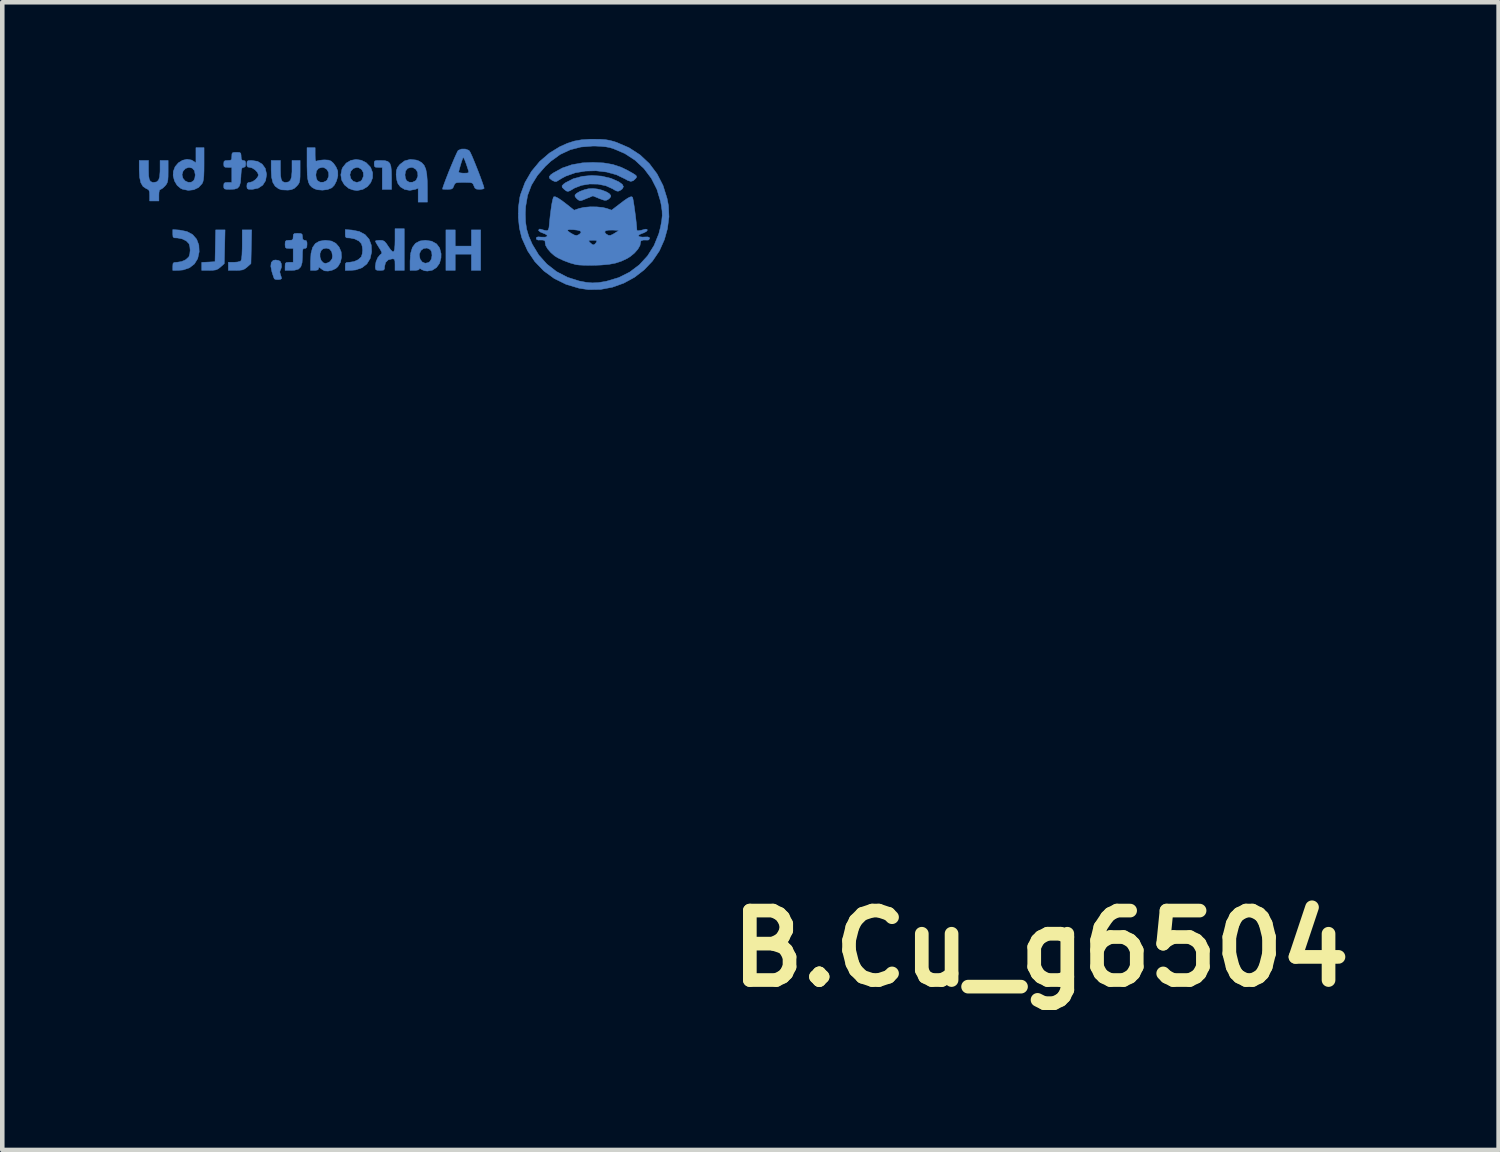
<source format=kicad_pcb>
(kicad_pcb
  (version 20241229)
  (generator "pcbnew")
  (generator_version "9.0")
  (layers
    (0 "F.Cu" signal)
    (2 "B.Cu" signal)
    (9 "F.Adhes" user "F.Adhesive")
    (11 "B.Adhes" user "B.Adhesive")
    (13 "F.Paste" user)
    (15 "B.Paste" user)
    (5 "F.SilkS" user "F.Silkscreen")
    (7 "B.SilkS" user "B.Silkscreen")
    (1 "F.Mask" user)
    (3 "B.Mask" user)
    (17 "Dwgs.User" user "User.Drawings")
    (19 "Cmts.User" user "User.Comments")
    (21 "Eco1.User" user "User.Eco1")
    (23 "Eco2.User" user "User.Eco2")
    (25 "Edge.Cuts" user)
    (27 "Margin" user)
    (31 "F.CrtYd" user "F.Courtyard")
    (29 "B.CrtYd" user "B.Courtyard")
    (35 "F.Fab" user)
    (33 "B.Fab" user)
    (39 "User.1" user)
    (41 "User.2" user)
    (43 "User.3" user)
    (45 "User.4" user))
  (footprint "B.Cu_g6504"
    (layer "F.Cu")
    (at 19.792 17.768)
    (property "Reference" "B.Cu_g6504" (at 0 0 0) (layer "F.SilkS") (effects (font (size 1.524 1.524) (thickness 0.3))))
    (attr through_hole)
    (fp_poly (pts (xy -12.852 -15.418) (xy -12.497 -15.418) (xy -12.497 -15.773) (xy -12.294 -15.773) (xy -12.294 -14.884) (xy -12.497 -14.884) (xy -12.497 -15.24) (xy -12.852 -15.24) (xy -12.852 -14.884) (xy -13.056 -14.884) (xy -13.056 -15.773) (xy -12.852 -15.773) (xy -12.852 -15.418)) (stroke (width 0.01) (type solid)) (fill yes) (layer "B.Cu"))
    (fp_poly (pts (xy -17.911 -15.403) (xy -17.92 -15.033) (xy -18.003 -14.958) (xy -18.055 -14.917) (xy -18.107 -14.895) (xy -18.176 -14.886) (xy -18.25 -14.884) (xy -18.415 -14.884) (xy -18.415 -15.06) (xy -18.269 -15.067) (xy -18.123 -15.075) (xy -18.116 -15.424) (xy -18.109 -15.773) (xy -17.903 -15.773) (xy -17.911 -15.403)) (stroke (width 0.01) (type solid)) (fill yes) (layer "B.Cu"))
    (fp_poly (pts (xy -14.396 -17.293) (xy -14.33 -17.274) (xy -14.287 -17.234) (xy -14.263 -17.165) (xy -14.252 -17.06) (xy -14.249 -16.929) (xy -14.249 -16.662) (xy -14.453 -16.662) (xy -14.453 -17.145) (xy -14.541 -17.145) (xy -14.601 -17.149) (xy -14.626 -17.171) (xy -14.63 -17.221) (xy -14.628 -17.265) (xy -14.613 -17.287) (xy -14.572 -17.296) (xy -14.493 -17.297) (xy -14.491 -17.297) (xy -14.396 -17.293)) (stroke (width 0.01) (type solid)) (fill yes) (layer "B.Cu"))
    (fp_poly (pts (xy -17.327 -15.403) (xy -17.335 -15.033) (xy -17.418 -14.958) (xy -17.471 -14.917) (xy -17.522 -14.895) (xy -17.592 -14.886) (xy -17.666 -14.884) (xy -17.831 -14.884) (xy -17.831 -15.062) (xy -17.709 -15.062) (xy -17.63 -15.068) (xy -17.572 -15.083) (xy -17.556 -15.093) (xy -17.541 -15.134) (xy -17.532 -15.223) (xy -17.527 -15.361) (xy -17.526 -15.448) (xy -17.526 -15.773) (xy -17.319 -15.773) (xy -17.327 -15.403)) (stroke (width 0.01) (type solid)) (fill yes) (layer "B.Cu"))
    (fp_poly (pts (xy -16.731 -15.103) (xy -16.693 -15.083) (xy -16.668 -15.03) (xy -16.664 -14.961) (xy -16.682 -14.903) (xy -16.689 -14.894) (xy -16.702 -14.85) (xy -16.689 -14.798) (xy -16.67 -14.74) (xy -16.662 -14.705) (xy -16.684 -14.689) (xy -16.732 -14.682) (xy -16.786 -14.684) (xy -16.821 -14.697) (xy -16.823 -14.7) (xy -16.836 -14.734) (xy -16.858 -14.799) (xy -16.875 -14.854) (xy -16.899 -14.975) (xy -16.889 -15.058) (xy -16.846 -15.104) (xy -16.795 -15.113) (xy -16.731 -15.103)) (stroke (width 0.01) (type solid)) (fill yes) (layer "B.Cu"))
    (fp_poly (pts (xy -9.731 -16.67) (xy -9.63 -16.645) (xy -9.54 -16.61) (xy -9.472 -16.57) (xy -9.438 -16.528) (xy -9.438 -16.502) (xy -9.467 -16.465) (xy -9.502 -16.438) (xy -9.54 -16.422) (xy -9.585 -16.424) (xy -9.653 -16.447) (xy -9.692 -16.462) (xy -9.83 -16.519) (xy -9.964 -16.464) (xy -10.044 -16.431) (xy -10.092 -16.415) (xy -10.124 -16.416) (xy -10.153 -16.433) (xy -10.18 -16.454) (xy -10.221 -16.502) (xy -10.224 -16.538) (xy -10.188 -16.576) (xy -10.116 -16.617) (xy -10.022 -16.652) (xy -9.928 -16.676) (xy -9.834 -16.681) (xy -9.731 -16.67)) (stroke (width 0.01) (type solid)) (fill yes) (layer "B.Cu"))
    (fp_poly (pts (xy -9.64 -16.953) (xy -9.434 -16.904) (xy -9.262 -16.828) (xy -9.186 -16.773) (xy -9.16 -16.722) (xy -9.185 -16.673) (xy -9.222 -16.645) (xy -9.264 -16.624) (xy -9.3 -16.623) (xy -9.349 -16.645) (xy -9.398 -16.675) (xy -9.547 -16.742) (xy -9.72 -16.777) (xy -9.902 -16.78) (xy -10.079 -16.751) (xy -10.235 -16.691) (xy -10.264 -16.673) (xy -10.334 -16.632) (xy -10.378 -16.617) (xy -10.414 -16.627) (xy -10.458 -16.661) (xy -10.503 -16.705) (xy -10.508 -16.74) (xy -10.472 -16.779) (xy -10.432 -16.808) (xy -10.262 -16.895) (xy -10.066 -16.948) (xy -9.855 -16.968) (xy -9.64 -16.953)) (stroke (width 0.01) (type solid)) (fill yes) (layer "B.Cu"))
    (fp_poly (pts (xy -16.688 -17.087) (xy -16.684 -16.964) (xy -16.671 -16.883) (xy -16.646 -16.837) (xy -16.603 -16.817) (xy -16.57 -16.815) (xy -16.508 -16.826) (xy -16.467 -16.864) (xy -16.444 -16.936) (xy -16.434 -17.049) (xy -16.434 -17.096) (xy -16.434 -17.297) (xy -16.256 -17.297) (xy -16.256 -17.057) (xy -16.257 -16.943) (xy -16.262 -16.867) (xy -16.273 -16.815) (xy -16.294 -16.776) (xy -16.327 -16.736) (xy -16.386 -16.682) (xy -16.453 -16.655) (xy -16.524 -16.646) (xy -16.66 -16.652) (xy -16.73 -16.677) (xy -16.804 -16.732) (xy -16.854 -16.814) (xy -16.882 -16.929) (xy -16.891 -17.086) (xy -16.891 -17.092) (xy -16.891 -17.297) (xy -16.688 -17.297) (xy -16.688 -17.087)) (stroke (width 0.01) (type solid)) (fill yes) (layer "B.Cu"))
    (fp_poly (pts (xy -17.19 -17.277) (xy -17.089 -17.217) (xy -17.021 -17.124) (xy -16.993 -17.001) (xy -16.993 -16.98) (xy -17.014 -16.853) (xy -17.076 -16.755) (xy -17.173 -16.69) (xy -17.3 -16.663) (xy -17.322 -16.662) (xy -17.387 -16.665) (xy -17.417 -16.681) (xy -17.424 -16.721) (xy -17.424 -16.739) (xy -17.418 -16.793) (xy -17.389 -16.813) (xy -17.36 -16.815) (xy -17.297 -16.833) (xy -17.233 -16.878) (xy -17.185 -16.935) (xy -17.17 -16.98) (xy -17.192 -17.035) (xy -17.243 -17.09) (xy -17.308 -17.132) (xy -17.36 -17.145) (xy -17.406 -17.153) (xy -17.423 -17.187) (xy -17.424 -17.221) (xy -17.42 -17.27) (xy -17.399 -17.292) (xy -17.346 -17.297) (xy -17.322 -17.297) (xy -17.19 -17.277)) (stroke (width 0.01) (type solid)) (fill yes) (layer "B.Cu"))
    (fp_poly (pts (xy -9.595 -17.243) (xy -9.392 -17.208) (xy -9.205 -17.145) (xy -9.068 -17.078) (xy -8.968 -17.022) (xy -8.906 -16.984) (xy -8.876 -16.956) (xy -8.872 -16.932) (xy -8.887 -16.907) (xy -8.89 -16.903) (xy -8.945 -16.852) (xy -9 -16.837) (xy -9.069 -16.86) (xy -9.123 -16.891) (xy -9.314 -16.983) (xy -9.531 -17.043) (xy -9.762 -17.07) (xy -9.995 -17.064) (xy -10.219 -17.026) (xy -10.422 -16.954) (xy -10.516 -16.904) (xy -10.578 -16.866) (xy -10.624 -16.838) (xy -10.631 -16.834) (xy -10.668 -16.835) (xy -10.724 -16.86) (xy -10.726 -16.861) (xy -10.779 -16.902) (xy -10.789 -16.941) (xy -10.753 -16.985) (xy -10.7 -17.022) (xy -10.502 -17.131) (xy -10.293 -17.203) (xy -10.061 -17.244) (xy -9.83 -17.254) (xy -9.595 -17.243)) (stroke (width 0.01) (type solid)) (fill yes) (layer "B.Cu"))
    (fp_poly (pts (xy -18.9 -15.769) (xy -18.74 -15.737) (xy -18.615 -15.67) (xy -18.527 -15.569) (xy -18.478 -15.439) (xy -18.471 -15.292) (xy -18.503 -15.144) (xy -18.575 -15.026) (xy -18.683 -14.942) (xy -18.822 -14.894) (xy -18.929 -14.885) (xy -19.05 -14.884) (xy -19.05 -14.973) (xy -19.046 -15.033) (xy -19.024 -15.057) (xy -18.969 -15.062) (xy -18.96 -15.062) (xy -18.858 -15.078) (xy -18.765 -15.119) (xy -18.702 -15.177) (xy -18.695 -15.188) (xy -18.677 -15.246) (xy -18.669 -15.323) (xy -18.669 -15.329) (xy -18.676 -15.405) (xy -18.693 -15.467) (xy -18.695 -15.47) (xy -18.752 -15.53) (xy -18.84 -15.574) (xy -18.942 -15.595) (xy -18.96 -15.596) (xy -19.02 -15.599) (xy -19.045 -15.62) (xy -19.05 -15.674) (xy -19.05 -15.688) (xy -19.05 -15.78) (xy -18.9 -15.769)) (stroke (width 0.01) (type solid)) (fill yes) (layer "B.Cu"))
    (fp_poly (pts (xy -15.115 -15.769) (xy -14.956 -15.737) (xy -14.831 -15.67) (xy -14.742 -15.569) (xy -14.694 -15.439) (xy -14.686 -15.292) (xy -14.719 -15.144) (xy -14.791 -15.026) (xy -14.898 -14.942) (xy -15.038 -14.894) (xy -15.145 -14.885) (xy -15.265 -14.884) (xy -15.265 -14.973) (xy -15.262 -15.033) (xy -15.24 -15.057) (xy -15.184 -15.062) (xy -15.175 -15.062) (xy -15.073 -15.078) (xy -14.981 -15.119) (xy -14.917 -15.177) (xy -14.911 -15.188) (xy -14.893 -15.246) (xy -14.884 -15.323) (xy -14.884 -15.329) (xy -14.892 -15.405) (xy -14.909 -15.467) (xy -14.911 -15.47) (xy -14.967 -15.53) (xy -15.056 -15.574) (xy -15.157 -15.595) (xy -15.175 -15.596) (xy -15.235 -15.599) (xy -15.26 -15.62) (xy -15.265 -15.674) (xy -15.265 -15.688) (xy -15.265 -15.78) (xy -15.115 -15.769)) (stroke (width 0.01) (type solid)) (fill yes) (layer "B.Cu"))
    (fp_poly (pts (xy -19.583 -17.087) (xy -19.58 -16.964) (xy -19.567 -16.883) (xy -19.541 -16.837) (xy -19.499 -16.817) (xy -19.466 -16.815) (xy -19.404 -16.826) (xy -19.363 -16.864) (xy -19.339 -16.936) (xy -19.33 -17.049) (xy -19.329 -17.096) (xy -19.329 -17.297) (xy -19.152 -17.297) (xy -19.152 -17.058) (xy -19.153 -16.944) (xy -19.158 -16.867) (xy -19.17 -16.815) (xy -19.191 -16.774) (xy -19.217 -16.741) (xy -19.268 -16.691) (xy -19.311 -16.664) (xy -19.319 -16.662) (xy -19.342 -16.646) (xy -19.353 -16.592) (xy -19.355 -16.535) (xy -19.355 -16.408) (xy -19.558 -16.408) (xy -19.558 -16.53) (xy -19.561 -16.605) (xy -19.576 -16.646) (xy -19.611 -16.671) (xy -19.635 -16.68) (xy -19.703 -16.726) (xy -19.751 -16.807) (xy -19.778 -16.927) (xy -19.787 -17.091) (xy -19.787 -17.093) (xy -19.787 -17.297) (xy -19.583 -17.297) (xy -19.583 -17.087)) (stroke (width 0.01) (type solid)) (fill yes) (layer "B.Cu"))
    (fp_poly (pts (xy -14.914 -17.302) (xy -14.807 -17.249) (xy -14.718 -17.157) (xy -14.706 -17.139) (xy -14.664 -17.027) (xy -14.666 -16.914) (xy -14.707 -16.809) (xy -14.78 -16.722) (xy -14.88 -16.662) (xy -15.002 -16.637) (xy -15.011 -16.637) (xy -15.097 -16.65) (xy -15.182 -16.681) (xy -15.188 -16.683) (xy -15.284 -16.762) (xy -15.344 -16.866) (xy -15.362 -16.98) (xy -15.164 -16.98) (xy -15.143 -16.899) (xy -15.089 -16.839) (xy -15.014 -16.815) (xy -15.011 -16.815) (xy -14.933 -16.837) (xy -14.899 -16.871) (xy -14.865 -16.953) (xy -14.869 -17.034) (xy -14.907 -17.101) (xy -14.972 -17.14) (xy -15.011 -17.145) (xy -15.086 -17.122) (xy -15.141 -17.063) (xy -15.164 -16.983) (xy -15.164 -16.98) (xy -15.362 -16.98) (xy -15.362 -16.985) (xy -15.337 -17.108) (xy -15.321 -17.143) (xy -15.244 -17.239) (xy -15.143 -17.298) (xy -15.03 -17.319) (xy -14.914 -17.302)) (stroke (width 0.01) (type solid)) (fill yes) (layer "B.Cu"))
    (fp_poly (pts (xy -13.369 -15.525) (xy -13.263 -15.467) (xy -13.194 -15.375) (xy -13.162 -15.251) (xy -13.164 -15.158) (xy -13.196 -15.04) (xy -13.263 -14.947) (xy -13.355 -14.888) (xy -13.464 -14.869) (xy -13.525 -14.877) (xy -13.584 -14.9) (xy -13.608 -14.916) (xy -13.635 -14.927) (xy -13.64 -14.913) (xy -13.663 -14.894) (xy -13.721 -14.885) (xy -13.741 -14.884) (xy -13.843 -14.884) (xy -13.843 -15.089) (xy -13.834 -15.215) (xy -13.64 -15.215) (xy -13.622 -15.128) (xy -13.576 -15.068) (xy -13.512 -15.041) (xy -13.441 -15.055) (xy -13.407 -15.079) (xy -13.374 -15.136) (xy -13.361 -15.213) (xy -13.369 -15.29) (xy -13.399 -15.342) (xy -13.471 -15.375) (xy -13.544 -15.366) (xy -13.604 -15.322) (xy -13.637 -15.249) (xy -13.64 -15.215) (xy -13.834 -15.215) (xy -13.83 -15.26) (xy -13.791 -15.389) (xy -13.724 -15.478) (xy -13.628 -15.529) (xy -13.507 -15.545) (xy -13.369 -15.525)) (stroke (width 0.01) (type solid)) (fill yes) (layer "B.Cu"))
    (fp_poly (pts (xy -18.364 -17.219) (xy -18.365 -17.068) (xy -18.369 -16.958) (xy -18.377 -16.881) (xy -18.389 -16.827) (xy -18.407 -16.788) (xy -18.408 -16.787) (xy -18.484 -16.704) (xy -18.589 -16.654) (xy -18.71 -16.64) (xy -18.833 -16.665) (xy -18.872 -16.681) (xy -18.953 -16.748) (xy -19.012 -16.846) (xy -19.042 -16.96) (xy -19.041 -16.98) (xy -18.847 -16.98) (xy -18.827 -16.904) (xy -18.778 -16.847) (xy -18.713 -16.817) (xy -18.645 -16.819) (xy -18.591 -16.855) (xy -18.567 -16.908) (xy -18.557 -16.98) (xy -18.557 -16.98) (xy -18.574 -17.073) (xy -18.624 -17.129) (xy -18.696 -17.145) (xy -18.769 -17.122) (xy -18.824 -17.064) (xy -18.847 -16.984) (xy -18.847 -16.98) (xy -19.041 -16.98) (xy -19.039 -17.054) (xy -18.999 -17.16) (xy -18.928 -17.244) (xy -18.837 -17.3) (xy -18.738 -17.323) (xy -18.64 -17.306) (xy -18.606 -17.287) (xy -18.542 -17.245) (xy -18.542 -17.577) (xy -18.364 -17.577) (xy -18.364 -17.219)) (stroke (width 0.01) (type solid)) (fill yes) (layer "B.Cu"))
    (fp_poly (pts (xy -13.709 -17.306) (xy -13.657 -17.288) (xy -13.587 -17.248) (xy -13.535 -17.191) (xy -13.498 -17.108) (xy -13.476 -16.995) (xy -13.465 -16.843) (xy -13.463 -16.707) (xy -13.462 -16.383) (xy -13.665 -16.383) (xy -13.665 -16.687) (xy -13.73 -16.662) (xy -13.849 -16.64) (xy -13.961 -16.66) (xy -14.056 -16.718) (xy -14.109 -16.789) (xy -14.132 -16.859) (xy -14.146 -16.952) (xy -14.147 -16.98) (xy -13.955 -16.98) (xy -13.945 -16.909) (xy -13.921 -16.855) (xy -13.921 -16.855) (xy -13.863 -16.82) (xy -13.79 -16.819) (xy -13.724 -16.85) (xy -13.705 -16.871) (xy -13.671 -16.953) (xy -13.676 -17.034) (xy -13.713 -17.1) (xy -13.777 -17.14) (xy -13.816 -17.145) (xy -13.894 -17.125) (xy -13.941 -17.066) (xy -13.955 -16.98) (xy -14.147 -16.98) (xy -14.148 -16.992) (xy -14.142 -17.079) (xy -14.119 -17.142) (xy -14.068 -17.207) (xy -14.064 -17.211) (xy -13.962 -17.288) (xy -13.841 -17.32) (xy -13.709 -17.306)) (stroke (width 0.01) (type solid)) (fill yes) (layer "B.Cu"))
    (fp_poly (pts (xy -15.567 -15.528) (xy -15.471 -15.477) (xy -15.4 -15.395) (xy -15.355 -15.29) (xy -15.347 -15.174) (xy -15.371 -15.061) (xy -15.427 -14.967) (xy -15.474 -14.925) (xy -15.554 -14.888) (xy -15.643 -14.869) (xy -15.716 -14.874) (xy -15.723 -14.876) (xy -15.773 -14.905) (xy -15.805 -14.93) (xy -15.839 -14.955) (xy -15.849 -14.943) (xy -15.85 -14.926) (xy -15.865 -14.896) (xy -15.916 -14.885) (xy -15.938 -14.884) (xy -16.027 -14.884) (xy -16.027 -15.09) (xy -16.017 -15.255) (xy -15.82 -15.255) (xy -15.819 -15.175) (xy -15.794 -15.102) (xy -15.747 -15.051) (xy -15.699 -15.037) (xy -15.648 -15.051) (xy -15.601 -15.076) (xy -15.555 -15.136) (xy -15.545 -15.198) (xy -15.562 -15.294) (xy -15.611 -15.354) (xy -15.684 -15.373) (xy -15.751 -15.358) (xy -15.79 -15.327) (xy -15.82 -15.255) (xy -16.017 -15.255) (xy -16.016 -15.26) (xy -15.982 -15.387) (xy -15.921 -15.474) (xy -15.832 -15.525) (xy -15.711 -15.544) (xy -15.692 -15.544) (xy -15.567 -15.528)) (stroke (width 0.01) (type solid)) (fill yes) (layer "B.Cu"))
    (fp_poly (pts (xy -13.97 -14.884) (xy -14.173 -14.884) (xy -14.173 -15.011) (xy -14.175 -15.087) (xy -14.186 -15.125) (xy -14.211 -15.137) (xy -14.231 -15.138) (xy -14.32 -15.117) (xy -14.38 -15.058) (xy -14.402 -14.972) (xy -14.402 -14.972) (xy -14.405 -14.916) (xy -14.424 -14.891) (xy -14.474 -14.885) (xy -14.503 -14.884) (xy -14.568 -14.887) (xy -14.597 -14.904) (xy -14.605 -14.947) (xy -14.605 -14.975) (xy -14.59 -15.073) (xy -14.552 -15.163) (xy -14.5 -15.227) (xy -14.486 -15.236) (xy -14.465 -15.254) (xy -14.465 -15.281) (xy -14.489 -15.329) (xy -14.524 -15.385) (xy -14.568 -15.456) (xy -14.597 -15.508) (xy -14.605 -15.528) (xy -14.582 -15.539) (xy -14.526 -15.544) (xy -14.506 -15.545) (xy -14.448 -15.541) (xy -14.406 -15.522) (xy -14.366 -15.478) (xy -14.326 -15.418) (xy -14.269 -15.336) (xy -14.227 -15.295) (xy -14.199 -15.298) (xy -14.183 -15.346) (xy -14.175 -15.442) (xy -14.173 -15.545) (xy -14.173 -15.799) (xy -13.97 -15.799) (xy -13.97 -14.884)) (stroke (width 0.01) (type solid)) (fill yes) (layer "B.Cu"))
    (fp_poly (pts (xy -16.242 -15.694) (xy -16.213 -15.678) (xy -16.205 -15.637) (xy -16.205 -15.621) (xy -16.197 -15.565) (xy -16.168 -15.546) (xy -16.154 -15.545) (xy -16.119 -15.535) (xy -16.105 -15.496) (xy -16.104 -15.456) (xy -16.109 -15.395) (xy -16.131 -15.37) (xy -16.154 -15.367) (xy -16.181 -15.362) (xy -16.196 -15.342) (xy -16.203 -15.294) (xy -16.205 -15.208) (xy -16.205 -15.181) (xy -16.213 -15.052) (xy -16.24 -14.965) (xy -16.291 -14.913) (xy -16.374 -14.889) (xy -16.454 -14.884) (xy -16.586 -14.884) (xy -16.586 -14.973) (xy -16.582 -15.033) (xy -16.56 -15.057) (xy -16.504 -15.062) (xy -16.497 -15.062) (xy -16.408 -15.062) (xy -16.408 -15.367) (xy -16.497 -15.367) (xy -16.557 -15.371) (xy -16.581 -15.393) (xy -16.586 -15.449) (xy -16.586 -15.456) (xy -16.582 -15.515) (xy -16.56 -15.54) (xy -16.504 -15.545) (xy -16.497 -15.545) (xy -16.438 -15.549) (xy -16.413 -15.571) (xy -16.408 -15.621) (xy -16.404 -15.67) (xy -16.383 -15.692) (xy -16.329 -15.697) (xy -16.307 -15.697) (xy -16.242 -15.694)) (stroke (width 0.01) (type solid)) (fill yes) (layer "B.Cu"))
    (fp_poly (pts (xy -17.588 -17.473) (xy -17.559 -17.456) (xy -17.552 -17.413) (xy -17.551 -17.386) (xy -17.546 -17.325) (xy -17.524 -17.3) (xy -17.501 -17.297) (xy -17.463 -17.285) (xy -17.45 -17.241) (xy -17.45 -17.221) (xy -17.458 -17.165) (xy -17.488 -17.145) (xy -17.498 -17.145) (xy -17.522 -17.139) (xy -17.538 -17.116) (xy -17.547 -17.065) (xy -17.554 -16.976) (xy -17.555 -16.94) (xy -17.565 -16.817) (xy -17.587 -16.737) (xy -17.627 -16.69) (xy -17.693 -16.668) (xy -17.794 -16.662) (xy -17.798 -16.662) (xy -17.876 -16.664) (xy -17.916 -16.673) (xy -17.93 -16.697) (xy -17.932 -16.739) (xy -17.927 -16.79) (xy -17.902 -16.811) (xy -17.843 -16.815) (xy -17.755 -16.815) (xy -17.755 -17.145) (xy -17.843 -17.145) (xy -17.903 -17.149) (xy -17.928 -17.171) (xy -17.932 -17.221) (xy -17.927 -17.272) (xy -17.902 -17.293) (xy -17.843 -17.297) (xy -17.784 -17.301) (xy -17.759 -17.324) (xy -17.755 -17.38) (xy -17.755 -17.386) (xy -17.752 -17.443) (xy -17.733 -17.469) (xy -17.683 -17.475) (xy -17.653 -17.475) (xy -17.588 -17.473)) (stroke (width 0.01) (type solid)) (fill yes) (layer "B.Cu"))
    (fp_poly (pts (xy -15.926 -17.422) (xy -15.924 -17.337) (xy -15.918 -17.293) (xy -15.903 -17.281) (xy -15.881 -17.288) (xy -15.83 -17.3) (xy -15.752 -17.308) (xy -15.714 -17.309) (xy -15.632 -17.304) (xy -15.577 -17.283) (xy -15.524 -17.235) (xy -15.518 -17.228) (xy -15.467 -17.153) (xy -15.432 -17.071) (xy -15.429 -17.056) (xy -15.428 -16.957) (xy -15.456 -16.851) (xy -15.503 -16.757) (xy -15.561 -16.696) (xy -15.652 -16.659) (xy -15.765 -16.645) (xy -15.876 -16.654) (xy -15.94 -16.675) (xy -15.999 -16.711) (xy -16.043 -16.756) (xy -16.072 -16.817) (xy -16.091 -16.902) (xy -16.097 -16.98) (xy -15.911 -16.98) (xy -15.901 -16.909) (xy -15.877 -16.855) (xy -15.877 -16.855) (xy -15.819 -16.82) (xy -15.746 -16.819) (xy -15.68 -16.85) (xy -15.661 -16.871) (xy -15.627 -16.953) (xy -15.631 -17.034) (xy -15.668 -17.1) (xy -15.732 -17.14) (xy -15.772 -17.145) (xy -15.85 -17.125) (xy -15.897 -17.066) (xy -15.911 -16.98) (xy -16.097 -16.98) (xy -16.1 -17.019) (xy -16.104 -17.178) (xy -16.104 -17.219) (xy -16.104 -17.577) (xy -15.926 -17.577) (xy -15.926 -17.422)) (stroke (width 0.01) (type solid)) (fill yes) (layer "B.Cu"))
    (fp_poly (pts (xy -12.558 -17.521) (xy -12.539 -17.505) (xy -12.519 -17.469) (xy -12.485 -17.396) (xy -12.443 -17.296) (xy -12.395 -17.178) (xy -12.346 -17.054) (xy -12.3 -16.933) (xy -12.261 -16.825) (xy -12.232 -16.741) (xy -12.218 -16.691) (xy -12.217 -16.685) (xy -12.24 -16.671) (xy -12.296 -16.663) (xy -12.317 -16.662) (xy -12.384 -16.668) (xy -12.42 -16.691) (xy -12.442 -16.739) (xy -12.458 -16.777) (xy -12.478 -16.8) (xy -12.517 -16.811) (xy -12.585 -16.814) (xy -12.662 -16.815) (xy -12.76 -16.814) (xy -12.819 -16.809) (xy -12.852 -16.795) (xy -12.87 -16.769) (xy -12.882 -16.739) (xy -12.904 -16.691) (xy -12.937 -16.669) (xy -12.999 -16.663) (xy -13.02 -16.662) (xy -13.087 -16.664) (xy -13.127 -16.667) (xy -13.131 -16.669) (xy -13.121 -16.709) (xy -13.095 -16.784) (xy -13.057 -16.886) (xy -13.011 -17.003) (xy -12.997 -17.039) (xy -12.776 -17.039) (xy -12.753 -17.026) (xy -12.696 -17.019) (xy -12.66 -17.018) (xy -12.59 -17.02) (xy -12.559 -17.03) (xy -12.557 -17.056) (xy -12.562 -17.075) (xy -12.608 -17.215) (xy -12.643 -17.308) (xy -12.667 -17.355) (xy -12.68 -17.359) (xy -12.695 -17.322) (xy -12.718 -17.255) (xy -12.742 -17.175) (xy -12.763 -17.1) (xy -12.775 -17.049) (xy -12.776 -17.039) (xy -12.997 -17.039) (xy -12.961 -17.128) (xy -12.91 -17.25) (xy -12.863 -17.36) (xy -12.824 -17.447) (xy -12.796 -17.504) (xy -12.785 -17.519) (xy -12.713 -17.547) (xy -12.63 -17.547) (xy -12.558 -17.521)) (stroke (width 0.01) (type solid)) (fill yes) (layer "B.Cu"))
    (fp_poly (pts (xy -9.663 -17.761) (xy -9.554 -17.753) (xy -9.461 -17.737) (xy -9.367 -17.712) (xy -9.31 -17.693) (xy -9.038 -17.576) (xy -8.797 -17.42) (xy -8.592 -17.228) (xy -8.423 -17.003) (xy -8.292 -16.748) (xy -8.203 -16.465) (xy -8.172 -16.303) (xy -8.161 -16.06) (xy -8.194 -15.801) (xy -8.261 -15.56) (xy -8.371 -15.313) (xy -8.522 -15.09) (xy -8.706 -14.896) (xy -8.917 -14.733) (xy -9.151 -14.605) (xy -9.402 -14.515) (xy -9.663 -14.466) (xy -9.928 -14.462) (xy -10.131 -14.492) (xy -10.419 -14.578) (xy -10.679 -14.706) (xy -10.908 -14.873) (xy -11.104 -15.076) (xy -11.263 -15.313) (xy -11.384 -15.582) (xy -11.394 -15.609) (xy -11.443 -15.813) (xy -11.467 -16.041) (xy -11.466 -16.129) (xy -11.314 -16.129) (xy -11.308 -15.947) (xy -11.285 -15.791) (xy -11.24 -15.64) (xy -11.168 -15.473) (xy -11.159 -15.454) (xy -11.018 -15.221) (xy -10.84 -15.022) (xy -10.629 -14.858) (xy -10.389 -14.733) (xy -10.135 -14.652) (xy -9.977 -14.622) (xy -9.843 -14.61) (xy -9.712 -14.616) (xy -9.559 -14.641) (xy -9.534 -14.646) (xy -9.265 -14.726) (xy -9.023 -14.847) (xy -8.811 -15.007) (xy -8.631 -15.203) (xy -8.488 -15.431) (xy -8.384 -15.688) (xy -8.344 -15.845) (xy -8.32 -15.978) (xy -8.309 -16.086) (xy -8.312 -16.189) (xy -8.329 -16.308) (xy -8.346 -16.399) (xy -8.425 -16.662) (xy -8.547 -16.903) (xy -8.708 -17.117) (xy -8.904 -17.301) (xy -9.131 -17.449) (xy -9.384 -17.557) (xy -9.461 -17.58) (xy -9.546 -17.596) (xy -9.66 -17.607) (xy -9.785 -17.613) (xy -9.83 -17.613) (xy -10.093 -17.592) (xy -10.331 -17.531) (xy -10.549 -17.428) (xy -10.755 -17.279) (xy -10.871 -17.171) (xy -11.048 -16.968) (xy -11.178 -16.757) (xy -11.263 -16.532) (xy -11.306 -16.285) (xy -11.314 -16.129) (xy -11.466 -16.129) (xy -11.464 -16.272) (xy -11.434 -16.488) (xy -11.419 -16.548) (xy -11.32 -16.814) (xy -11.178 -17.058) (xy -10.997 -17.276) (xy -10.783 -17.46) (xy -10.559 -17.597) (xy -10.393 -17.672) (xy -10.238 -17.722) (xy -10.077 -17.751) (xy -9.893 -17.763) (xy -9.804 -17.763) (xy -9.663 -17.761)) (stroke (width 0.01) (type solid)) (fill yes) (layer "B.Cu"))
    (fp_poly (pts (xy -8.962 -16.491) (xy -8.953 -16.461) (xy -8.94 -16.391) (xy -8.925 -16.293) (xy -8.909 -16.178) (xy -8.893 -16.057) (xy -8.88 -15.941) (xy -8.87 -15.841) (xy -8.865 -15.768) (xy -8.865 -15.764) (xy -8.842 -15.754) (xy -8.773 -15.764) (xy -8.68 -15.789) (xy -8.643 -15.785) (xy -8.636 -15.766) (xy -8.658 -15.738) (xy -8.714 -15.708) (xy -8.739 -15.7) (xy -8.81 -15.67) (xy -8.833 -15.643) (xy -8.809 -15.623) (xy -8.741 -15.615) (xy -8.704 -15.617) (xy -8.629 -15.619) (xy -8.594 -15.608) (xy -8.585 -15.585) (xy -8.606 -15.553) (xy -8.63 -15.549) (xy -8.724 -15.55) (xy -8.775 -15.533) (xy -8.785 -15.5) (xy -8.797 -15.431) (xy -8.844 -15.349) (xy -8.919 -15.264) (xy -9.011 -15.188) (xy -9.078 -15.146) (xy -9.206 -15.086) (xy -9.334 -15.044) (xy -9.476 -15.017) (xy -9.646 -15.002) (xy -9.766 -14.997) (xy -9.901 -14.995) (xy -10.027 -14.997) (xy -10.13 -15.002) (xy -10.196 -15.01) (xy -10.198 -15.01) (xy -10.334 -15.048) (xy -10.473 -15.1) (xy -10.597 -15.158) (xy -10.669 -15.202) (xy -10.754 -15.276) (xy -10.823 -15.356) (xy -10.867 -15.431) (xy -10.879 -15.49) (xy -10.878 -15.495) (xy -10.883 -15.532) (xy -10.89 -15.535) (xy -9.922 -15.535) (xy -9.91 -15.512) (xy -9.893 -15.494) (xy -9.849 -15.456) (xy -9.819 -15.443) (xy -9.785 -15.463) (xy -9.759 -15.494) (xy -9.744 -15.526) (xy -9.756 -15.541) (xy -9.805 -15.545) (xy -9.834 -15.545) (xy -9.899 -15.543) (xy -9.922 -15.535) (xy -10.89 -15.535) (xy -10.924 -15.55) (xy -11.008 -15.551) (xy -11.03 -15.549) (xy -11.068 -15.565) (xy -11.074 -15.587) (xy -11.065 -15.611) (xy -11.03 -15.62) (xy -10.962 -15.615) (xy -10.878 -15.614) (xy -10.836 -15.63) (xy -10.836 -15.656) (xy -10.883 -15.686) (xy -10.923 -15.701) (xy -10.986 -15.727) (xy -11.021 -15.757) (xy -11.024 -15.766) (xy -11.005 -15.791) (xy -10.979 -15.789) (xy -10.889 -15.763) (xy -10.835 -15.756) (xy -10.815 -15.77) (xy -10.388 -15.77) (xy -10.377 -15.746) (xy -10.321 -15.706) (xy -10.303 -15.695) (xy -10.233 -15.658) (xy -10.184 -15.65) (xy -10.137 -15.671) (xy -10.12 -15.683) (xy -10.089 -15.72) (xy -10.091 -15.724) (xy -9.572 -15.724) (xy -9.544 -15.687) (xy -9.539 -15.683) (xy -9.491 -15.654) (xy -9.446 -15.652) (xy -9.389 -15.678) (xy -9.347 -15.704) (xy -9.258 -15.761) (xy -9.395 -15.769) (xy -9.494 -15.767) (xy -9.554 -15.752) (xy -9.572 -15.724) (xy -10.091 -15.724) (xy -10.107 -15.749) (xy -10.175 -15.768) (xy -10.266 -15.778) (xy -10.351 -15.779) (xy -10.388 -15.77) (xy -10.815 -15.77) (xy -10.807 -15.776) (xy -10.793 -15.83) (xy -10.784 -15.927) (xy -10.784 -15.93) (xy -10.768 -16.083) (xy -10.75 -16.223) (xy -10.732 -16.344) (xy -10.713 -16.435) (xy -10.697 -16.489) (xy -10.69 -16.499) (xy -10.656 -16.5) (xy -10.596 -16.472) (xy -10.508 -16.413) (xy -10.398 -16.329) (xy -10.242 -16.205) (xy -10.134 -16.243) (xy -10.028 -16.267) (xy -9.892 -16.279) (xy -9.748 -16.278) (xy -9.616 -16.265) (xy -9.527 -16.244) (xy -9.42 -16.206) (xy -9.255 -16.332) (xy -9.146 -16.415) (xy -9.068 -16.468) (xy -9.016 -16.495) (xy -8.982 -16.501) (xy -8.962 -16.491)) (stroke (width 0.01) (type solid)) (fill yes) (layer "B.Cu")))
  (gr_rect
    (start -3 -3)
    (end 29.838 22.186)
    (stroke (width 0.1) (type default))
    (fill no)
    (layer "Edge.Cuts")))
</source>
